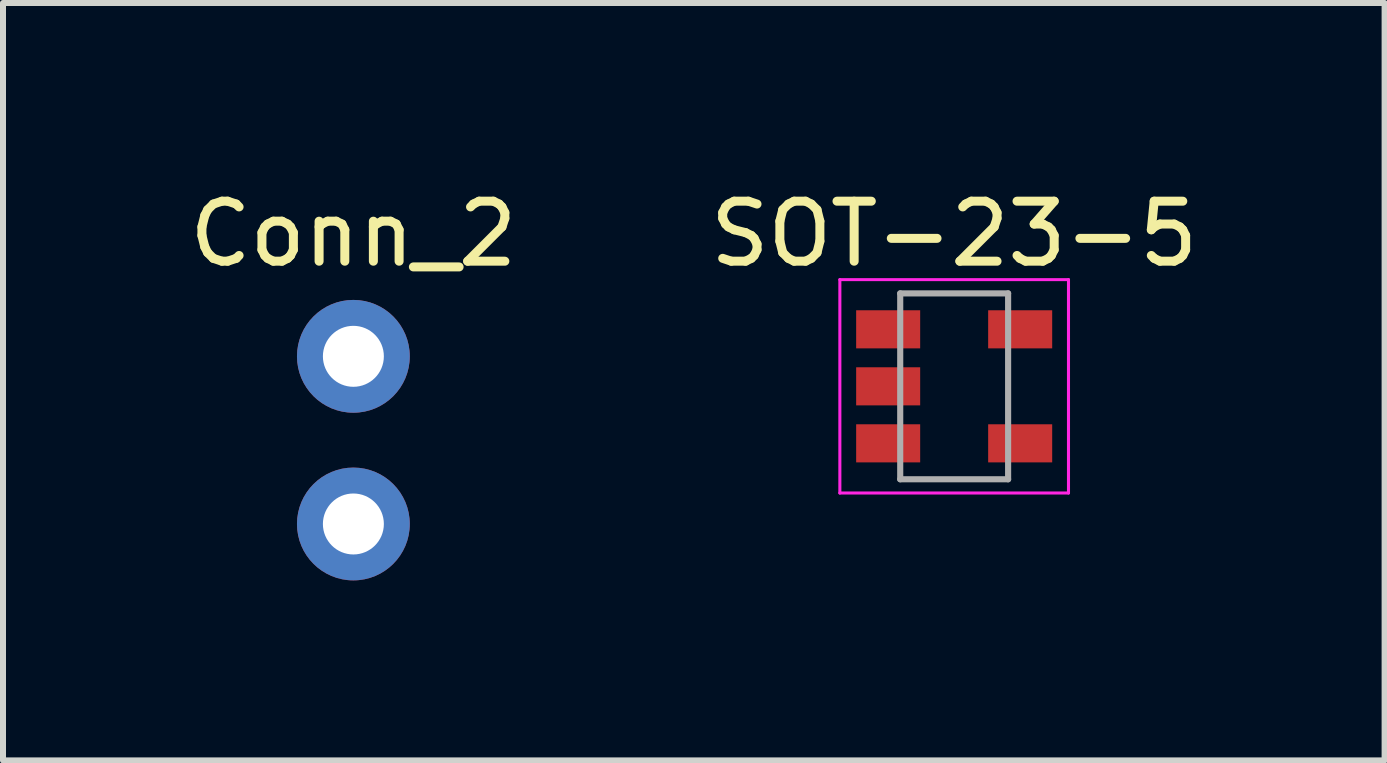
<source format=kicad_pcb>
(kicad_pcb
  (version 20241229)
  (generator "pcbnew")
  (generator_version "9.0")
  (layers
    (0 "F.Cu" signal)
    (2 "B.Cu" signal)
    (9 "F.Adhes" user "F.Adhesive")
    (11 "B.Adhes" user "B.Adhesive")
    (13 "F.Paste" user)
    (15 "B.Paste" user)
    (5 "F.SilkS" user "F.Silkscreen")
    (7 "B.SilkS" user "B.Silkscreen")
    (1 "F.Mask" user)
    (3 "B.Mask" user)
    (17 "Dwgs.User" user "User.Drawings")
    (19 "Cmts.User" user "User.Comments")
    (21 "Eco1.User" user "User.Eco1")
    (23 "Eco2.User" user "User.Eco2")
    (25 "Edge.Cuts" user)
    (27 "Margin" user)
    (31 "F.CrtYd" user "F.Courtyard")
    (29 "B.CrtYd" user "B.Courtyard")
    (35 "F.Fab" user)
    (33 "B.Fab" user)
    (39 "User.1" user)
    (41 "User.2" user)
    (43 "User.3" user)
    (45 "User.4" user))
  (footprint "Conn_2"
    (layer "F.Cu")
    (at 2.839 0.348)
    (property "Reference" "Conn_2" (at 0 0.5 0) (layer "F.SilkS") (effects (font (size 1 1) (thickness 0.15))))
    (attr through_hole)
    (pad "1" thru_hole circle (at 0 2.54) (size 1.88 1.88) (drill 1.016) (layers "*.Cu" "*.Mask"))
    (pad "2" thru_hole circle (at 0 5.334) (size 1.88 1.88) (drill 1.016) (layers "*.Cu" "*.Mask")))
  (footprint "SOT-23-5"
    (layer "F.Cu")
    (at 12.851 3.388)
    (property "Reference" "SOT-23-5" (at 0 -2.54 0) (layer "F.SilkS") (effects (font (size 1 1) (thickness 0.15))))
    (attr through_hole)
    (fp_line (start -1.905 -1.778) (end -1.905 1.778) (stroke (width 0.051) (type solid)) (layer "F.CrtYd"))
    (fp_line (start -1.905 -1.778) (end 1.905 -1.778) (stroke (width 0.051) (type solid)) (layer "F.CrtYd"))
    (fp_line (start -1.905 1.778) (end 1.905 1.778) (stroke (width 0.051) (type solid)) (layer "F.CrtYd"))
    (fp_line (start 1.905 -1.778) (end 1.905 1.778) (stroke (width 0.051) (type solid)) (layer "F.CrtYd"))
    (fp_line (start -0.899 -1.549) (end -0.899 1.549) (stroke (width 0.102) (type solid)) (layer "F.Fab"))
    (fp_line (start -0.899 -1.549) (end 0.899 -1.549) (stroke (width 0.102) (type solid)) (layer "F.Fab"))
    (fp_line (start -0.899 1.549) (end 0.899 1.549) (stroke (width 0.102) (type solid)) (layer "F.Fab"))
    (fp_line (start 0.899 -1.549) (end 0.899 1.549) (stroke (width 0.102) (type solid)) (layer "F.Fab"))
    (pad "1" smd rect (at -1.1 -0.95) (size 1.067 0.635) (layers "F.Cu" "F.Mask" "F.Paste"))
    (pad "2" smd rect (at -1.1 0) (size 1.067 0.635) (layers "F.Cu" "F.Mask" "F.Paste"))
    (pad "3" smd rect (at -1.1 0.95) (size 1.067 0.635) (layers "F.Cu" "F.Mask" "F.Paste"))
    (pad "4" smd rect (at 1.1 -0.95) (size 1.067 0.635) (layers "F.Cu" "F.Mask" "F.Paste"))
    (pad "5" smd rect (at 1.1 0.95) (size 1.067 0.635) (layers "F.Cu" "F.Mask" "F.Paste")))
  (gr_rect
    (start -3 -3)
    (end 20.024 9.622)
    (stroke (width 0.1) (type default))
    (fill no)
    (layer "Edge.Cuts")))
</source>
